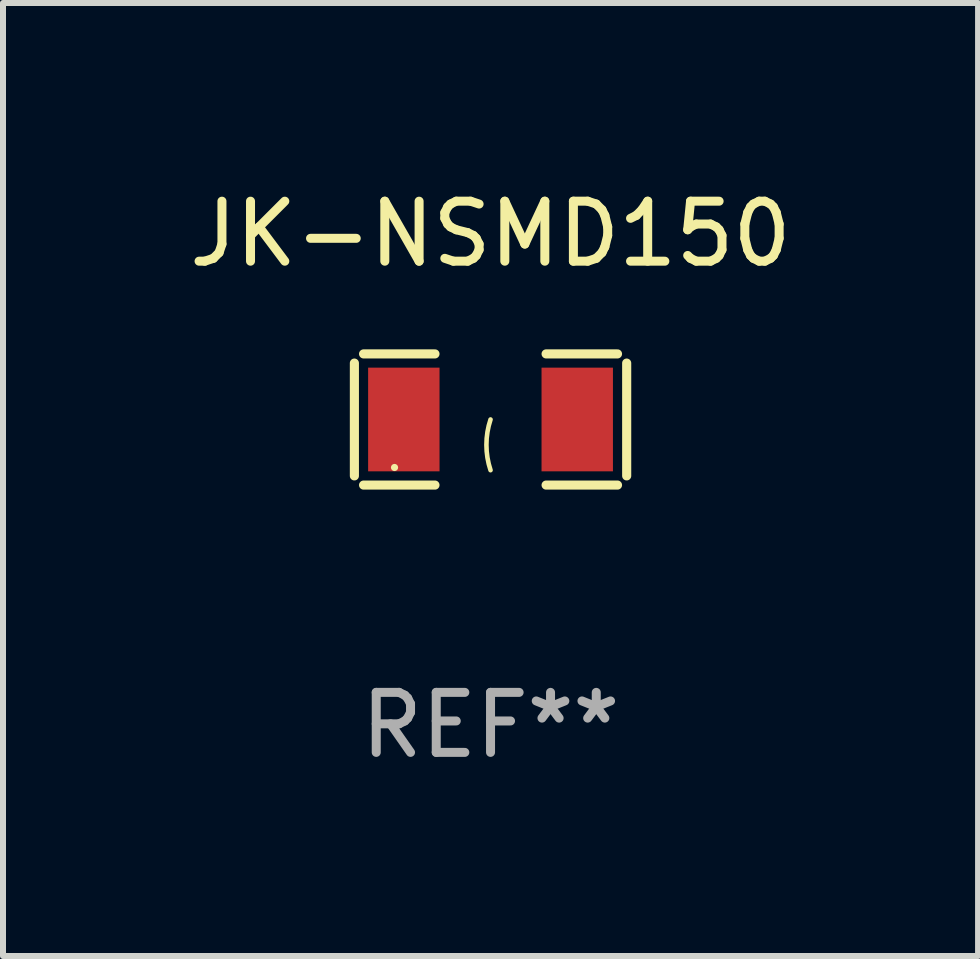
<source format=kicad_pcb>
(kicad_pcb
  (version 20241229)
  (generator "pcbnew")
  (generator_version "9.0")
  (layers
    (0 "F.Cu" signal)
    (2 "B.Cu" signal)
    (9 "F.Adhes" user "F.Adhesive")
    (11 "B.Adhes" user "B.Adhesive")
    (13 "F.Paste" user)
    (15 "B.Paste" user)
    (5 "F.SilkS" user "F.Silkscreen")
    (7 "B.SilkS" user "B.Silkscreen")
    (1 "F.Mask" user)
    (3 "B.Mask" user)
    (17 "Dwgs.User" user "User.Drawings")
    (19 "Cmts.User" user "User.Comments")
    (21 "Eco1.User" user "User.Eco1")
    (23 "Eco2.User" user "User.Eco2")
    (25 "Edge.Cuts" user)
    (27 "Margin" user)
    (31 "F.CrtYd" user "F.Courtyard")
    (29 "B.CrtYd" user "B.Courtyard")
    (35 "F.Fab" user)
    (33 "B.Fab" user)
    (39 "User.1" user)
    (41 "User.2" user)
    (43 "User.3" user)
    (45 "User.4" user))
  (footprint "JK-NSMD150"
    (layer "F.Cu")
    (at 5.125 3.941)
    (property "Reference" "JK-NSMD150" (at 0 -3.093 0) (layer "F.SilkS") (effects (font (size 1 1) (thickness 0.15))))
    (attr through_hole)
    (fp_line (start -2.269 -0.94) (end -2.269 0.94) (stroke (width 0.152) (type solid)) (layer "F.SilkS"))
    (fp_line (start -2.116 1.093) (end -0.926 1.093) (stroke (width 0.152) (type solid)) (layer "F.SilkS"))
    (fp_line (start -0.926 -1.093) (end -2.116 -1.093) (stroke (width 0.152) (type solid)) (layer "F.SilkS"))
    (fp_line (start 0.926 -1.093) (end 2.116 -1.093) (stroke (width 0.152) (type solid)) (layer "F.SilkS"))
    (fp_line (start 2.116 1.093) (end 0.926 1.093) (stroke (width 0.152) (type solid)) (layer "F.SilkS"))
    (fp_line (start 2.269 -0.94) (end 2.269 0.94) (stroke (width 0.152) (type solid)) (layer "F.SilkS"))
    (fp_arc (start 0 0.844951) (mid -0.068559 0.422475) (end 0 0) (stroke (width 0.0762) (type solid)) (layer "F.SilkS"))
    (fp_circle (center -1.6 0.8) (end -1.57 0.8) (stroke (width 0.06) (type solid)) (fill no) (layer "F.SilkS"))
    (fp_text user "REF**" (at 0 5.093 0) (layer "F.Fab") (effects (font (size 1 1) (thickness 0.15))))
    (pad "1" smd rect (at -1.445 0) (size 1.19 1.728) (layers "F.Cu" "F.Mask" "F.Paste"))
    (pad "2" smd rect (at 1.445 0) (size 1.19 1.728) (layers "F.Cu" "F.Mask" "F.Paste")))
  (gr_rect
    (start -3 -3)
    (end 13.25 12.882)
    (stroke (width 0.1) (type default))
    (fill no)
    (layer "Edge.Cuts")))
</source>
